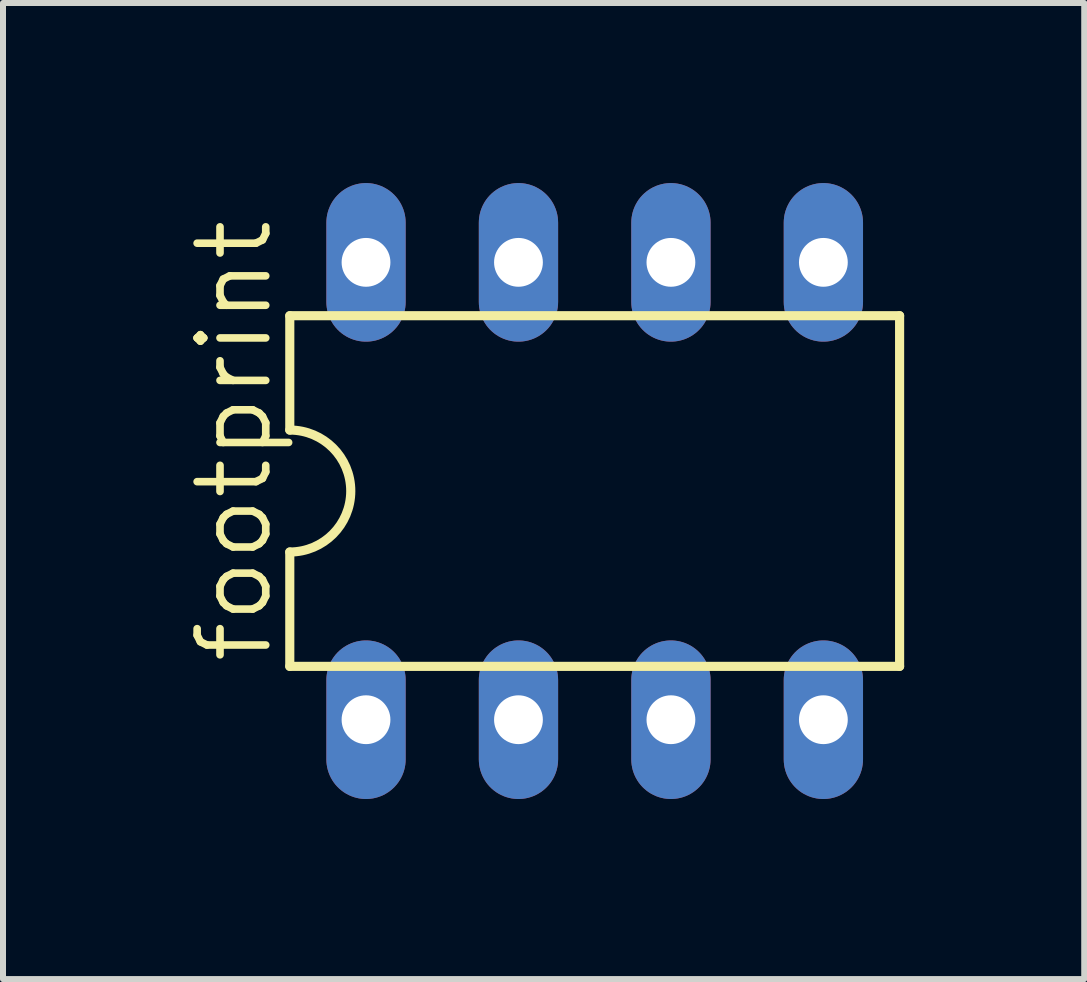
<source format=kicad_pcb>
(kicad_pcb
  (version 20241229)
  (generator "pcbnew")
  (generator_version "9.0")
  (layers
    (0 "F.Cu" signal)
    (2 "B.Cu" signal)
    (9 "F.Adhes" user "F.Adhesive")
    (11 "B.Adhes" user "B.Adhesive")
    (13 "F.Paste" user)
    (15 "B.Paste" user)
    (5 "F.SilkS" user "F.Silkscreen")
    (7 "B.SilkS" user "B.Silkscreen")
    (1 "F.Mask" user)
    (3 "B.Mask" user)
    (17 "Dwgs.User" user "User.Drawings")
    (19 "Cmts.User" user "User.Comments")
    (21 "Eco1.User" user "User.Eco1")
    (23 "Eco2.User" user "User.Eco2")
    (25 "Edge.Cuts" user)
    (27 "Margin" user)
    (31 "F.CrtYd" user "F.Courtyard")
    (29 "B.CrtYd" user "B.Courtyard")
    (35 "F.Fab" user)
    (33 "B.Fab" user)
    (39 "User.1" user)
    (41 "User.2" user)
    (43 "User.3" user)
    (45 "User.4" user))
  (footprint "footprint"
    (layer "F.Cu")
    (at 6.858 5.131)
    (property "Reference" "footprint" (at -5.334 2.921 90) (layer "F.SilkS") (effects (font (size 1.143 1.143) (thickness 0.127)) (justify left bottom)))
    (fp_line (start -5.08 -2.921) (end -5.08 -1.016) (stroke (width 0.152) (type solid)) (layer "F.SilkS"))
    (fp_line (start -5.08 2.921) (end -5.08 1.016) (stroke (width 0.152) (type solid)) (layer "F.SilkS"))
    (fp_line (start -5.08 2.921) (end 5.08 2.921) (stroke (width 0.152) (type solid)) (layer "F.SilkS"))
    (fp_line (start 5.08 -2.921) (end -5.08 -2.921) (stroke (width 0.152) (type solid)) (layer "F.SilkS"))
    (fp_line (start 5.08 -2.921) (end 5.08 2.921) (stroke (width 0.152) (type solid)) (layer "F.SilkS"))
    (fp_arc (start -5.08 -1.016) (mid -4.064 0) (end -5.08 1.016) (stroke (width 0.1524) (type solid)) (layer "F.SilkS"))
    (pad "1" thru_hole oval (at -3.81 3.81 90) (size 2.642 1.321) (drill 0.813) (layers "*.Cu" "*.Mask"))
    (pad "2" thru_hole oval (at -1.27 3.81 90) (size 2.642 1.321) (drill 0.813) (layers "*.Cu" "*.Mask"))
    (pad "3" thru_hole oval (at 1.27 3.81 90) (size 2.642 1.321) (drill 0.813) (layers "*.Cu" "*.Mask"))
    (pad "4" thru_hole oval (at 3.81 3.81 90) (size 2.642 1.321) (drill 0.813) (layers "*.Cu" "*.Mask"))
    (pad "5" thru_hole oval (at 3.81 -3.81 90) (size 2.642 1.321) (drill 0.813) (layers "*.Cu" "*.Mask"))
    (pad "6" thru_hole oval (at 1.27 -3.81 90) (size 2.642 1.321) (drill 0.813) (layers "*.Cu" "*.Mask"))
    (pad "7" thru_hole oval (at -1.27 -3.81 90) (size 2.642 1.321) (drill 0.813) (layers "*.Cu" "*.Mask"))
    (pad "8" thru_hole oval (at -3.81 -3.81 90) (size 2.642 1.321) (drill 0.813) (layers "*.Cu" "*.Mask")))
  (gr_rect
    (start -3 -3)
    (end 15.014 13.262)
    (stroke (width 0.1) (type default))
    (fill no)
    (layer "Edge.Cuts")))
</source>
